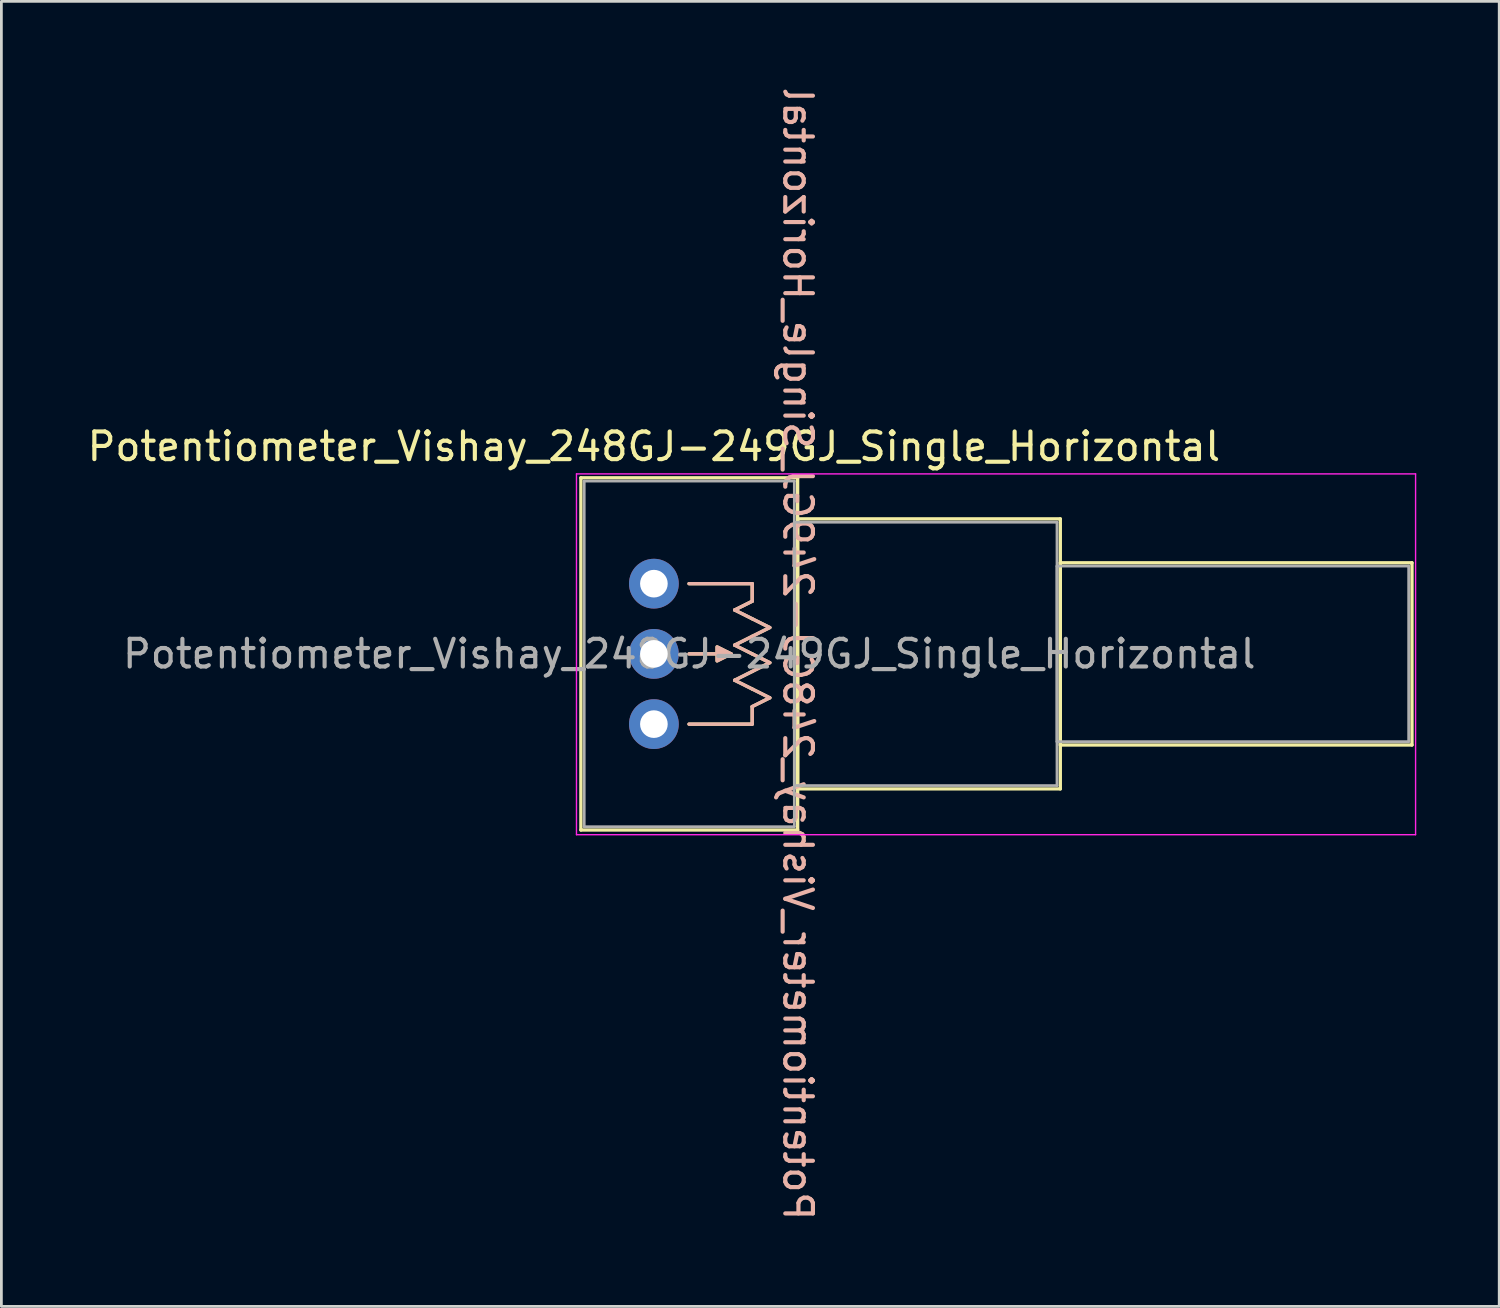
<source format=kicad_pcb>
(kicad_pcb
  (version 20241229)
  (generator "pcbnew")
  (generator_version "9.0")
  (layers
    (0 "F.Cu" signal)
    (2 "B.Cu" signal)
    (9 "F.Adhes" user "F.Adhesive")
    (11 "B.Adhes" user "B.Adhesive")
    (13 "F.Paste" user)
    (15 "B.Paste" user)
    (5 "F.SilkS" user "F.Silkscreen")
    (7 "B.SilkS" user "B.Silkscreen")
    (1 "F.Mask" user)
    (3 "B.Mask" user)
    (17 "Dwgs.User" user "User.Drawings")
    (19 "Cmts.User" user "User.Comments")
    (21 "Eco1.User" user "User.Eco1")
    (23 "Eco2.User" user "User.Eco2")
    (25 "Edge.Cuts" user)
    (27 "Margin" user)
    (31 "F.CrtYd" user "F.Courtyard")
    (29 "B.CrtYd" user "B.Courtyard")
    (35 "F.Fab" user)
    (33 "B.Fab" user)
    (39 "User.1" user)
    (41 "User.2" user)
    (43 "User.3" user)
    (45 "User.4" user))
  (footprint "Potentiometer_Vishay_248GJ-249GJ_Single_Horizontal"
    (layer "F.Cu")
    (at 20.601 23.141)
    (property "Reference" "Potentiometer_Vishay_248GJ-249GJ_Single_Horizontal" (at 0 -10.04 0) (layer "F.SilkS") (effects (font (size 1 1) (thickness 0.15))))
    (attr through_hole)
    (fp_line (start -2.64 -8.91) (end -2.64 3.83) (stroke (width 0.12) (type solid)) (layer "F.SilkS"))
    (fp_line (start -2.64 -8.91) (end 5.2 -8.91) (stroke (width 0.12) (type solid)) (layer "F.SilkS"))
    (fp_line (start -2.64 3.83) (end 5.2 3.83) (stroke (width 0.12) (type solid)) (layer "F.SilkS"))
    (fp_line (start 1.27 -5.08) (end 3.556 -5.08) (stroke (width 0.12) (type solid)) (layer "F.SilkS"))
    (fp_line (start 1.27 0) (end 3.556 0) (stroke (width 0.12) (type solid)) (layer "F.SilkS"))
    (fp_line (start 2.794 -2.54) (end 1.27 -2.54) (stroke (width 0.12) (type solid)) (layer "F.SilkS"))
    (fp_line (start 2.921 -4.128) (end 3.556 -3.81) (stroke (width 0.12) (type solid)) (layer "F.SilkS"))
    (fp_line (start 2.921 -2.857) (end 3.556 -2.54) (stroke (width 0.12) (type solid)) (layer "F.SilkS"))
    (fp_line (start 2.921 -1.587) (end 3.556 -1.27) (stroke (width 0.12) (type solid)) (layer "F.SilkS"))
    (fp_line (start 3.556 -5.08) (end 3.556 -4.445) (stroke (width 0.12) (type solid)) (layer "F.SilkS"))
    (fp_line (start 3.556 -4.445) (end 2.921 -4.128) (stroke (width 0.12) (type solid)) (layer "F.SilkS"))
    (fp_line (start 3.556 -3.175) (end 2.921 -2.857) (stroke (width 0.12) (type solid)) (layer "F.SilkS"))
    (fp_line (start 3.556 -3.175) (end 4.191 -3.493) (stroke (width 0.12) (type solid)) (layer "F.SilkS"))
    (fp_line (start 3.556 -1.905) (end 2.921 -1.587) (stroke (width 0.12) (type solid)) (layer "F.SilkS"))
    (fp_line (start 3.556 -1.905) (end 4.191 -2.223) (stroke (width 0.12) (type solid)) (layer "F.SilkS"))
    (fp_line (start 3.556 -0.635) (end 4.191 -0.953) (stroke (width 0.12) (type solid)) (layer "F.SilkS"))
    (fp_line (start 3.556 0) (end 3.556 -0.635) (stroke (width 0.12) (type solid)) (layer "F.SilkS"))
    (fp_line (start 4.191 -3.493) (end 3.556 -3.81) (stroke (width 0.12) (type solid)) (layer "F.SilkS"))
    (fp_line (start 4.191 -2.223) (end 3.556 -2.54) (stroke (width 0.12) (type solid)) (layer "F.SilkS"))
    (fp_line (start 4.191 -0.953) (end 3.556 -1.27) (stroke (width 0.12) (type solid)) (layer "F.SilkS"))
    (fp_line (start 5.2 -8.91) (end 5.2 3.83) (stroke (width 0.12) (type solid)) (layer "F.SilkS"))
    (fp_line (start 5.2 -7.423) (end 5.2 2.343) (stroke (width 0.12) (type solid)) (layer "F.SilkS"))
    (fp_line (start 5.2 -7.423) (end 14.7 -7.423) (stroke (width 0.12) (type solid)) (layer "F.SilkS"))
    (fp_line (start 5.2 2.343) (end 14.7 2.343) (stroke (width 0.12) (type solid)) (layer "F.SilkS"))
    (fp_line (start 14.7 -7.423) (end 14.7 2.343) (stroke (width 0.12) (type solid)) (layer "F.SilkS"))
    (fp_line (start 14.7 -5.835) (end 14.7 0.755) (stroke (width 0.12) (type solid)) (layer "F.SilkS"))
    (fp_line (start 14.7 -5.835) (end 27.42 -5.835) (stroke (width 0.12) (type solid)) (layer "F.SilkS"))
    (fp_line (start 14.7 0.755) (end 27.42 0.755) (stroke (width 0.12) (type solid)) (layer "F.SilkS"))
    (fp_line (start 27.42 -5.835) (end 27.42 0.755) (stroke (width 0.12) (type solid)) (layer "F.SilkS"))
    (fp_poly (pts (xy 2.794 -2.54) (xy 2.286 -2.286) (xy 2.286 -2.794)) (stroke (width 0.12) (type solid)) (fill yes) (layer "F.SilkS"))
    (fp_line (start 1.27 -5.08) (end 3.556 -5.08) (stroke (width 0.12) (type solid)) (layer "B.SilkS"))
    (fp_line (start 1.27 -2.54) (end 2.794 -2.54) (stroke (width 0.12) (type solid)) (layer "B.SilkS"))
    (fp_line (start 2.921 -4.128) (end 4.191 -3.493) (stroke (width 0.12) (type solid)) (layer "B.SilkS"))
    (fp_line (start 2.921 -2.857) (end 4.191 -2.223) (stroke (width 0.12) (type solid)) (layer "B.SilkS"))
    (fp_line (start 2.921 -1.587) (end 4.191 -0.953) (stroke (width 0.12) (type solid)) (layer "B.SilkS"))
    (fp_line (start 3.556 -5.08) (end 3.556 -4.445) (stroke (width 0.12) (type solid)) (layer "B.SilkS"))
    (fp_line (start 3.556 -4.445) (end 2.921 -4.128) (stroke (width 0.12) (type solid)) (layer "B.SilkS"))
    (fp_line (start 3.556 -0.635) (end 3.556 0) (stroke (width 0.12) (type solid)) (layer "B.SilkS"))
    (fp_line (start 3.556 0) (end 1.27 0) (stroke (width 0.12) (type solid)) (layer "B.SilkS"))
    (fp_line (start 4.191 -3.493) (end 2.921 -2.857) (stroke (width 0.12) (type solid)) (layer "B.SilkS"))
    (fp_line (start 4.191 -2.223) (end 2.921 -1.587) (stroke (width 0.12) (type solid)) (layer "B.SilkS"))
    (fp_line (start 4.191 -0.953) (end 3.556 -0.635) (stroke (width 0.12) (type solid)) (layer "B.SilkS"))
    (fp_poly (pts (xy 2.794 -2.54) (xy 2.286 -2.286) (xy 2.286 -2.794)) (stroke (width 0.12) (type solid)) (fill yes) (layer "B.SilkS"))
    (fp_line (start -2.8 -9.05) (end -2.8 4) (stroke (width 0.05) (type solid)) (layer "F.CrtYd"))
    (fp_line (start -2.8 4) (end 27.55 4) (stroke (width 0.05) (type solid)) (layer "F.CrtYd"))
    (fp_line (start 27.55 -9.05) (end -2.8 -9.05) (stroke (width 0.05) (type solid)) (layer "F.CrtYd"))
    (fp_line (start 27.55 4) (end 27.55 -9.05) (stroke (width 0.05) (type solid)) (layer "F.CrtYd"))
    (fp_line (start -2.52 -8.79) (end -2.52 3.71) (stroke (width 0.1) (type solid)) (layer "F.Fab"))
    (fp_line (start -2.52 3.71) (end 5.08 3.71) (stroke (width 0.1) (type solid)) (layer "F.Fab"))
    (fp_line (start 5.08 -8.79) (end -2.52 -8.79) (stroke (width 0.1) (type solid)) (layer "F.Fab"))
    (fp_line (start 5.08 -7.303) (end 5.08 2.223) (stroke (width 0.1) (type solid)) (layer "F.Fab"))
    (fp_line (start 5.08 2.223) (end 14.58 2.223) (stroke (width 0.1) (type solid)) (layer "F.Fab"))
    (fp_line (start 5.08 3.71) (end 5.08 -8.79) (stroke (width 0.1) (type solid)) (layer "F.Fab"))
    (fp_line (start 14.58 -7.303) (end 5.08 -7.303) (stroke (width 0.1) (type solid)) (layer "F.Fab"))
    (fp_line (start 14.58 -5.715) (end 14.58 0.635) (stroke (width 0.1) (type solid)) (layer "F.Fab"))
    (fp_line (start 14.58 0.635) (end 27.3 0.635) (stroke (width 0.1) (type solid)) (layer "F.Fab"))
    (fp_line (start 14.58 2.223) (end 14.58 -7.303) (stroke (width 0.1) (type solid)) (layer "F.Fab"))
    (fp_line (start 27.3 -5.715) (end 14.58 -5.715) (stroke (width 0.1) (type solid)) (layer "F.Fab"))
    (fp_line (start 27.3 0.635) (end 27.3 -5.715) (stroke (width 0.1) (type solid)) (layer "F.Fab"))
    (fp_text user "${REFERENCE}" (at 5.207 -2.54 270) (unlocked yes) (layer "B.SilkS") (effects (font (size 1 1) (thickness 0.15)) (justify mirror)))
    (fp_text user "${REFERENCE}" (at 1.28 -2.54 0) (layer "F.Fab") (effects (font (size 1 1) (thickness 0.15))))
    (pad "1" thru_hole circle (at 0 0) (size 1.8 1.8) (drill 1) (layers "*.Cu" "*.Mask"))
    (pad "2" thru_hole circle (at 0 -2.54) (size 1.8 1.8) (drill 1) (layers "*.Cu" "*.Mask"))
    (pad "3" thru_hole circle (at 0 -5.08) (size 1.8 1.8) (drill 1) (layers "*.Cu" "*.Mask")))
  (gr_rect
    (start -3 -3)
    (end 51.176 44.202)
    (stroke (width 0.1) (type default))
    (fill no)
    (layer "Edge.Cuts")))
</source>
